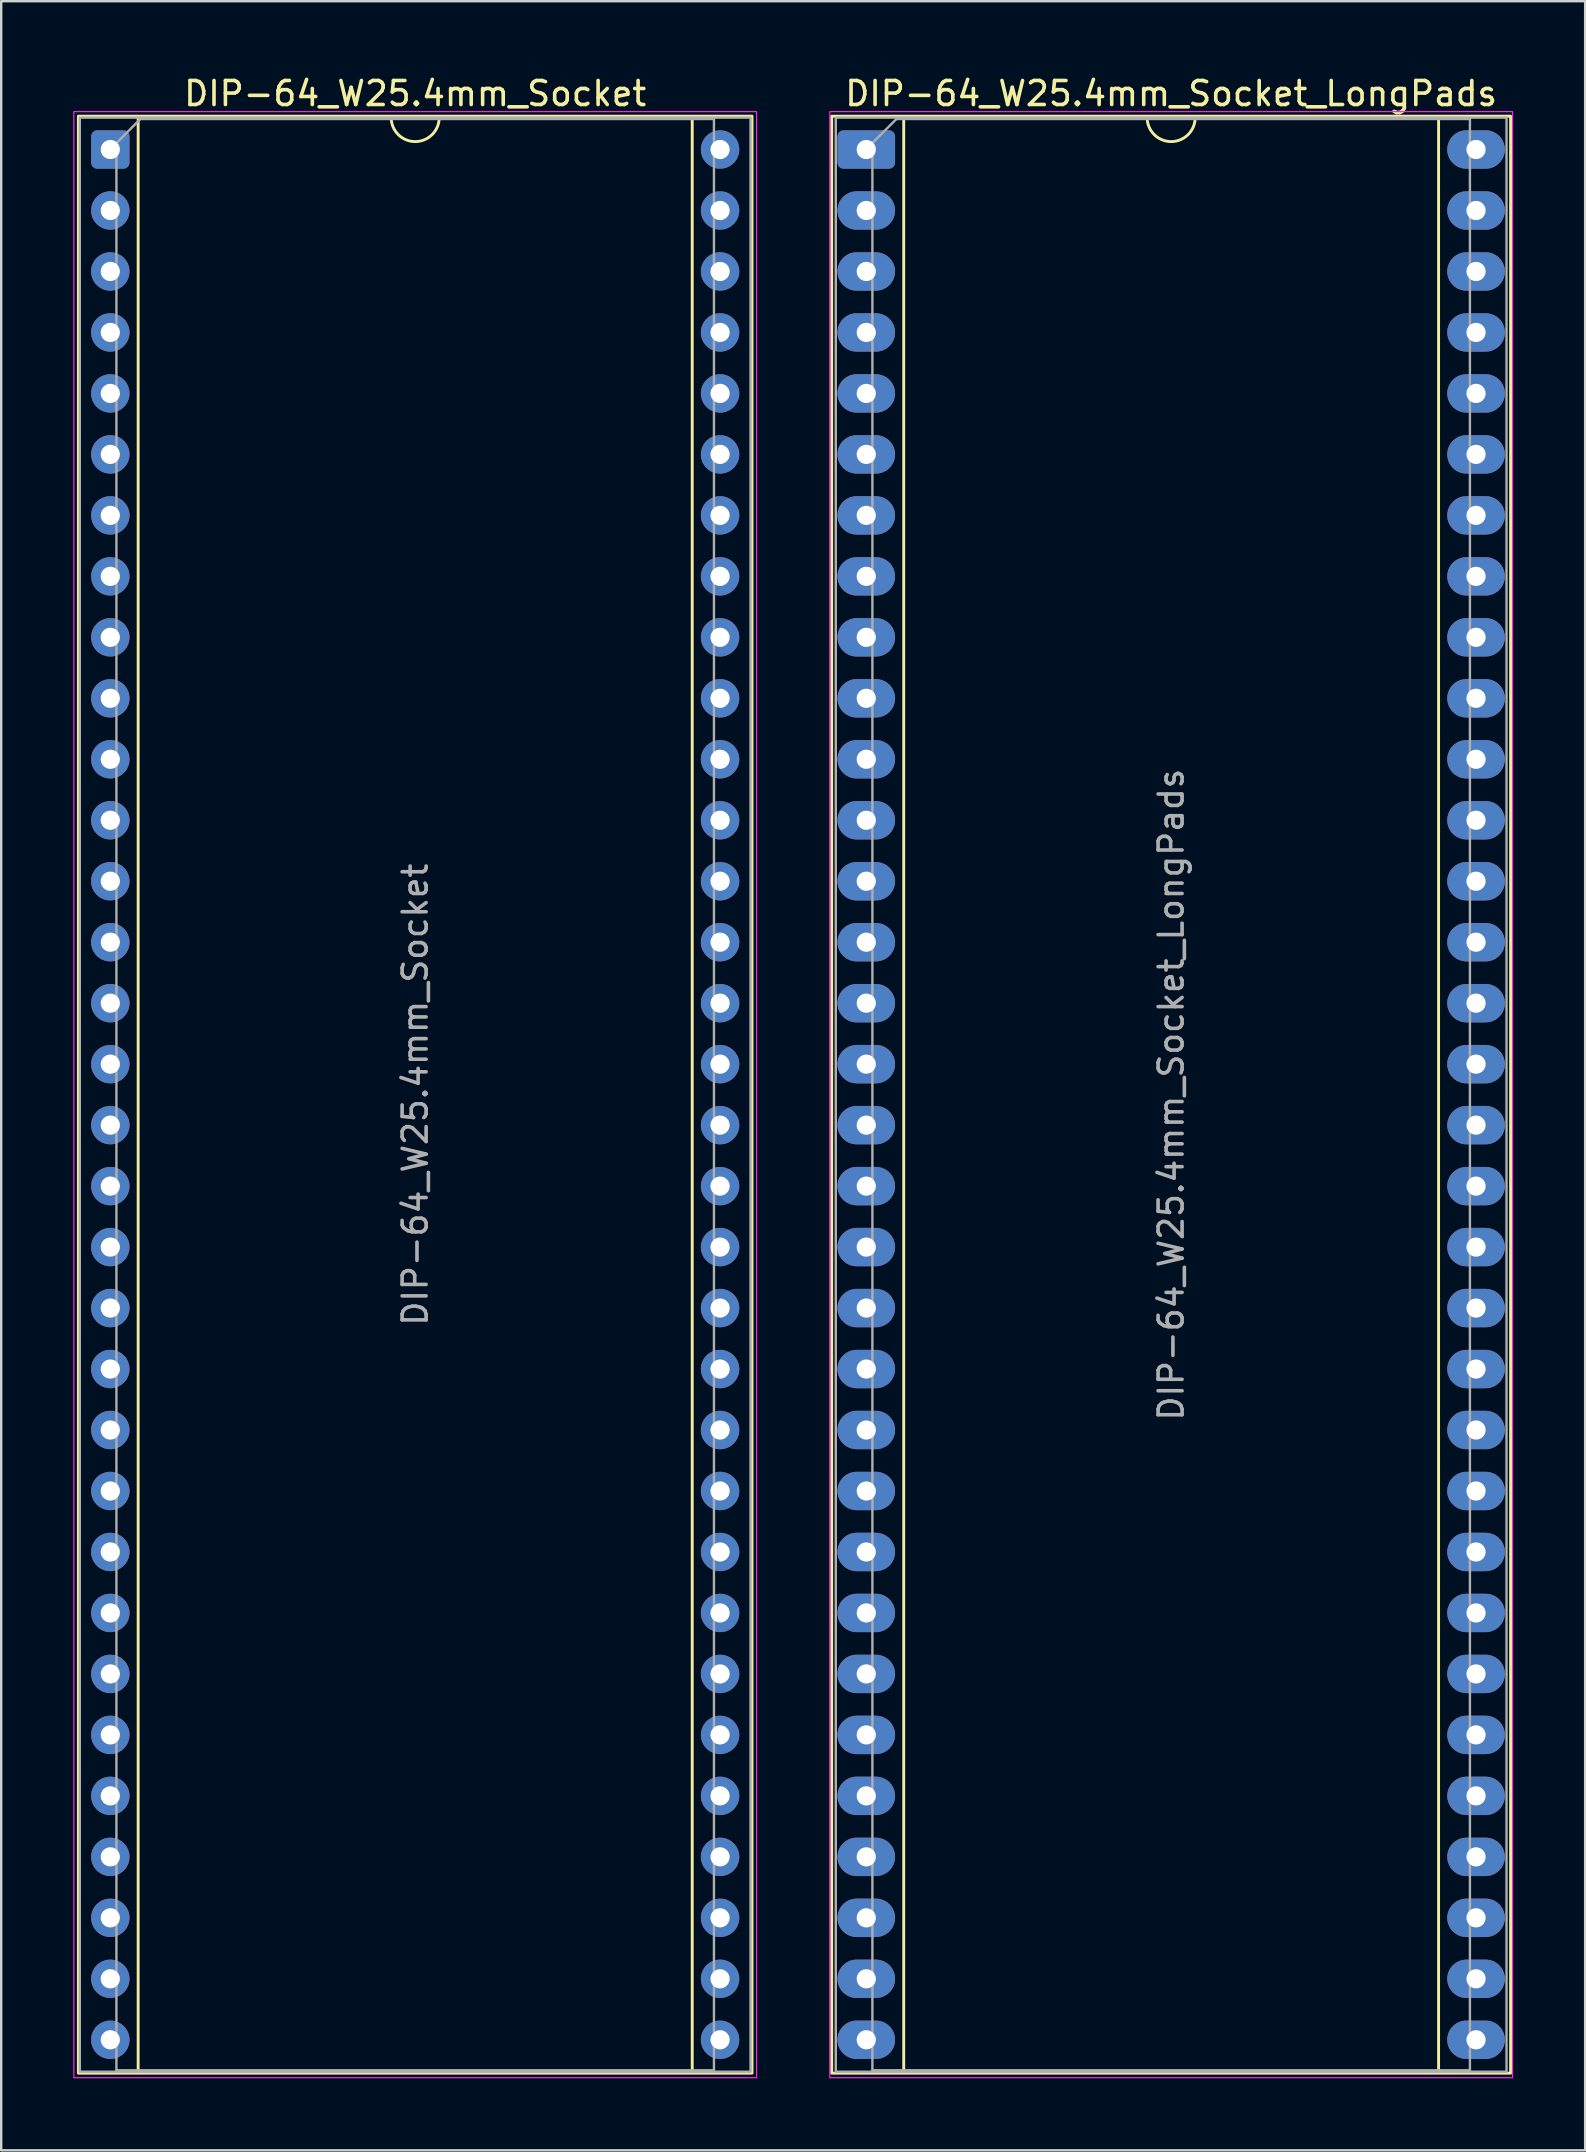
<source format=kicad_pcb>
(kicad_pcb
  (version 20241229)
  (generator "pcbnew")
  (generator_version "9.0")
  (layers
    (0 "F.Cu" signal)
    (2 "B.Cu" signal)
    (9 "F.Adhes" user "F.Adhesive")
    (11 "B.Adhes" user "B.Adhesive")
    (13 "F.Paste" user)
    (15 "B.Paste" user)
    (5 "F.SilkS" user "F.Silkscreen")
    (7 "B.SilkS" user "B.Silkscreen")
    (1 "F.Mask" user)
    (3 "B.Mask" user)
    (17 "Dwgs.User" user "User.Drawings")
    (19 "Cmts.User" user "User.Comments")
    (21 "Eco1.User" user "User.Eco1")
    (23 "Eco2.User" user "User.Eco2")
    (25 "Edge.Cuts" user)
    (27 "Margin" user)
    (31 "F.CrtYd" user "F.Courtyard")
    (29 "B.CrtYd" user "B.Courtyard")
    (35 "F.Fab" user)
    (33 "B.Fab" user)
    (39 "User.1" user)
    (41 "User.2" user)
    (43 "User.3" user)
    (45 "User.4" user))
  (footprint "DIP-64_W25.4mm_Socket_LongPads"
    (layer "F.Cu")
    (at 33.035 3.178)
    (property "Reference" "DIP-64_W25.4mm_Socket_LongPads" (at 12.7 -2.33 0) (layer "F.SilkS") (effects (font (size 1 1) (thickness 0.15))))
    (attr through_hole)
    (fp_line (start 1.56 -1.33) (end 1.56 80.07) (stroke (width 0.12) (type solid)) (layer "F.SilkS"))
    (fp_line (start 1.56 80.07) (end 23.84 80.07) (stroke (width 0.12) (type solid)) (layer "F.SilkS"))
    (fp_line (start 11.7 -1.33) (end 1.56 -1.33) (stroke (width 0.12) (type solid)) (layer "F.SilkS"))
    (fp_line (start 23.84 -1.33) (end 13.7 -1.33) (stroke (width 0.12) (type solid)) (layer "F.SilkS"))
    (fp_line (start 23.84 80.07) (end 23.84 -1.33) (stroke (width 0.12) (type solid)) (layer "F.SilkS"))
    (fp_rect (start -1.44 -1.39) (end 26.84 80.13) (stroke (width 0.12) (type solid)) (fill no) (layer "F.SilkS"))
    (fp_arc (start 13.7 -1.33) (mid 12.7 -0.33) (end 11.7 -1.33) (stroke (width 0.12) (type solid)) (layer "F.SilkS"))
    (fp_rect (start -1.52 -1.58) (end 26.92 80.32) (stroke (width 0.05) (type solid)) (fill no) (layer "F.CrtYd"))
    (fp_line (start 0.255 -0.27) (end 1.255 -1.27) (stroke (width 0.1) (type solid)) (layer "F.Fab"))
    (fp_line (start 0.255 80.01) (end 0.255 -0.27) (stroke (width 0.1) (type solid)) (layer "F.Fab"))
    (fp_line (start 1.255 -1.27) (end 25.145 -1.27) (stroke (width 0.1) (type solid)) (layer "F.Fab"))
    (fp_line (start 25.145 -1.27) (end 25.145 80.01) (stroke (width 0.1) (type solid)) (layer "F.Fab"))
    (fp_line (start 25.145 80.01) (end 0.255 80.01) (stroke (width 0.1) (type solid)) (layer "F.Fab"))
    (fp_rect (start -1.27 -1.33) (end 26.67 80.07) (stroke (width 0.1) (type solid)) (fill no) (layer "F.Fab"))
    (fp_text user "${REFERENCE}" (at 12.7 39.37 90) (layer "F.Fab") (effects (font (size 1 1) (thickness 0.15))))
    (pad "1" thru_hole roundrect (at 0 0) (size 2.4 1.6) (drill 0.8) (layers "*.Cu" "*.Mask") (roundrect_rratio 0.156))
    (pad "2" thru_hole oval (at 0 2.54) (size 2.4 1.6) (drill 0.8) (layers "*.Cu" "*.Mask"))
    (pad "3" thru_hole oval (at 0 5.08) (size 2.4 1.6) (drill 0.8) (layers "*.Cu" "*.Mask"))
    (pad "4" thru_hole oval (at 0 7.62) (size 2.4 1.6) (drill 0.8) (layers "*.Cu" "*.Mask"))
    (pad "5" thru_hole oval (at 0 10.16) (size 2.4 1.6) (drill 0.8) (layers "*.Cu" "*.Mask"))
    (pad "6" thru_hole oval (at 0 12.7) (size 2.4 1.6) (drill 0.8) (layers "*.Cu" "*.Mask"))
    (pad "7" thru_hole oval (at 0 15.24) (size 2.4 1.6) (drill 0.8) (layers "*.Cu" "*.Mask"))
    (pad "8" thru_hole oval (at 0 17.78) (size 2.4 1.6) (drill 0.8) (layers "*.Cu" "*.Mask"))
    (pad "9" thru_hole oval (at 0 20.32) (size 2.4 1.6) (drill 0.8) (layers "*.Cu" "*.Mask"))
    (pad "10" thru_hole oval (at 0 22.86) (size 2.4 1.6) (drill 0.8) (layers "*.Cu" "*.Mask"))
    (pad "11" thru_hole oval (at 0 25.4) (size 2.4 1.6) (drill 0.8) (layers "*.Cu" "*.Mask"))
    (pad "12" thru_hole oval (at 0 27.94) (size 2.4 1.6) (drill 0.8) (layers "*.Cu" "*.Mask"))
    (pad "13" thru_hole oval (at 0 30.48) (size 2.4 1.6) (drill 0.8) (layers "*.Cu" "*.Mask"))
    (pad "14" thru_hole oval (at 0 33.02) (size 2.4 1.6) (drill 0.8) (layers "*.Cu" "*.Mask"))
    (pad "15" thru_hole oval (at 0 35.56) (size 2.4 1.6) (drill 0.8) (layers "*.Cu" "*.Mask"))
    (pad "16" thru_hole oval (at 0 38.1) (size 2.4 1.6) (drill 0.8) (layers "*.Cu" "*.Mask"))
    (pad "17" thru_hole oval (at 0 40.64) (size 2.4 1.6) (drill 0.8) (layers "*.Cu" "*.Mask"))
    (pad "18" thru_hole oval (at 0 43.18) (size 2.4 1.6) (drill 0.8) (layers "*.Cu" "*.Mask"))
    (pad "19" thru_hole oval (at 0 45.72) (size 2.4 1.6) (drill 0.8) (layers "*.Cu" "*.Mask"))
    (pad "20" thru_hole oval (at 0 48.26) (size 2.4 1.6) (drill 0.8) (layers "*.Cu" "*.Mask"))
    (pad "21" thru_hole oval (at 0 50.8) (size 2.4 1.6) (drill 0.8) (layers "*.Cu" "*.Mask"))
    (pad "22" thru_hole oval (at 0 53.34) (size 2.4 1.6) (drill 0.8) (layers "*.Cu" "*.Mask"))
    (pad "23" thru_hole oval (at 0 55.88) (size 2.4 1.6) (drill 0.8) (layers "*.Cu" "*.Mask"))
    (pad "24" thru_hole oval (at 0 58.42) (size 2.4 1.6) (drill 0.8) (layers "*.Cu" "*.Mask"))
    (pad "25" thru_hole oval (at 0 60.96) (size 2.4 1.6) (drill 0.8) (layers "*.Cu" "*.Mask"))
    (pad "26" thru_hole oval (at 0 63.5) (size 2.4 1.6) (drill 0.8) (layers "*.Cu" "*.Mask"))
    (pad "27" thru_hole oval (at 0 66.04) (size 2.4 1.6) (drill 0.8) (layers "*.Cu" "*.Mask"))
    (pad "28" thru_hole oval (at 0 68.58) (size 2.4 1.6) (drill 0.8) (layers "*.Cu" "*.Mask"))
    (pad "29" thru_hole oval (at 0 71.12) (size 2.4 1.6) (drill 0.8) (layers "*.Cu" "*.Mask"))
    (pad "30" thru_hole oval (at 0 73.66) (size 2.4 1.6) (drill 0.8) (layers "*.Cu" "*.Mask"))
    (pad "31" thru_hole oval (at 0 76.2) (size 2.4 1.6) (drill 0.8) (layers "*.Cu" "*.Mask"))
    (pad "32" thru_hole oval (at 0 78.74) (size 2.4 1.6) (drill 0.8) (layers "*.Cu" "*.Mask"))
    (pad "33" thru_hole oval (at 25.4 78.74) (size 2.4 1.6) (drill 0.8) (layers "*.Cu" "*.Mask"))
    (pad "34" thru_hole oval (at 25.4 76.2) (size 2.4 1.6) (drill 0.8) (layers "*.Cu" "*.Mask"))
    (pad "35" thru_hole oval (at 25.4 73.66) (size 2.4 1.6) (drill 0.8) (layers "*.Cu" "*.Mask"))
    (pad "36" thru_hole oval (at 25.4 71.12) (size 2.4 1.6) (drill 0.8) (layers "*.Cu" "*.Mask"))
    (pad "37" thru_hole oval (at 25.4 68.58) (size 2.4 1.6) (drill 0.8) (layers "*.Cu" "*.Mask"))
    (pad "38" thru_hole oval (at 25.4 66.04) (size 2.4 1.6) (drill 0.8) (layers "*.Cu" "*.Mask"))
    (pad "39" thru_hole oval (at 25.4 63.5) (size 2.4 1.6) (drill 0.8) (layers "*.Cu" "*.Mask"))
    (pad "40" thru_hole oval (at 25.4 60.96) (size 2.4 1.6) (drill 0.8) (layers "*.Cu" "*.Mask"))
    (pad "41" thru_hole oval (at 25.4 58.42) (size 2.4 1.6) (drill 0.8) (layers "*.Cu" "*.Mask"))
    (pad "42" thru_hole oval (at 25.4 55.88) (size 2.4 1.6) (drill 0.8) (layers "*.Cu" "*.Mask"))
    (pad "43" thru_hole oval (at 25.4 53.34) (size 2.4 1.6) (drill 0.8) (layers "*.Cu" "*.Mask"))
    (pad "44" thru_hole oval (at 25.4 50.8) (size 2.4 1.6) (drill 0.8) (layers "*.Cu" "*.Mask"))
    (pad "45" thru_hole oval (at 25.4 48.26) (size 2.4 1.6) (drill 0.8) (layers "*.Cu" "*.Mask"))
    (pad "46" thru_hole oval (at 25.4 45.72) (size 2.4 1.6) (drill 0.8) (layers "*.Cu" "*.Mask"))
    (pad "47" thru_hole oval (at 25.4 43.18) (size 2.4 1.6) (drill 0.8) (layers "*.Cu" "*.Mask"))
    (pad "48" thru_hole oval (at 25.4 40.64) (size 2.4 1.6) (drill 0.8) (layers "*.Cu" "*.Mask"))
    (pad "49" thru_hole oval (at 25.4 38.1) (size 2.4 1.6) (drill 0.8) (layers "*.Cu" "*.Mask"))
    (pad "50" thru_hole oval (at 25.4 35.56) (size 2.4 1.6) (drill 0.8) (layers "*.Cu" "*.Mask"))
    (pad "51" thru_hole oval (at 25.4 33.02) (size 2.4 1.6) (drill 0.8) (layers "*.Cu" "*.Mask"))
    (pad "52" thru_hole oval (at 25.4 30.48) (size 2.4 1.6) (drill 0.8) (layers "*.Cu" "*.Mask"))
    (pad "53" thru_hole oval (at 25.4 27.94) (size 2.4 1.6) (drill 0.8) (layers "*.Cu" "*.Mask"))
    (pad "54" thru_hole oval (at 25.4 25.4) (size 2.4 1.6) (drill 0.8) (layers "*.Cu" "*.Mask"))
    (pad "55" thru_hole oval (at 25.4 22.86) (size 2.4 1.6) (drill 0.8) (layers "*.Cu" "*.Mask"))
    (pad "56" thru_hole oval (at 25.4 20.32) (size 2.4 1.6) (drill 0.8) (layers "*.Cu" "*.Mask"))
    (pad "57" thru_hole oval (at 25.4 17.78) (size 2.4 1.6) (drill 0.8) (layers "*.Cu" "*.Mask"))
    (pad "58" thru_hole oval (at 25.4 15.24) (size 2.4 1.6) (drill 0.8) (layers "*.Cu" "*.Mask"))
    (pad "59" thru_hole oval (at 25.4 12.7) (size 2.4 1.6) (drill 0.8) (layers "*.Cu" "*.Mask"))
    (pad "60" thru_hole oval (at 25.4 10.16) (size 2.4 1.6) (drill 0.8) (layers "*.Cu" "*.Mask"))
    (pad "61" thru_hole oval (at 25.4 7.62) (size 2.4 1.6) (drill 0.8) (layers "*.Cu" "*.Mask"))
    (pad "62" thru_hole oval (at 25.4 5.08) (size 2.4 1.6) (drill 0.8) (layers "*.Cu" "*.Mask"))
    (pad "63" thru_hole oval (at 25.4 2.54) (size 2.4 1.6) (drill 0.8) (layers "*.Cu" "*.Mask"))
    (pad "64" thru_hole oval (at 25.4 0) (size 2.4 1.6) (drill 0.8) (layers "*.Cu" "*.Mask")))
  (footprint "DIP-64_W25.4mm_Socket"
    (layer "F.Cu")
    (at 1.545 3.178)
    (property "Reference" "DIP-64_W25.4mm_Socket" (at 12.7 -2.33 0) (layer "F.SilkS") (effects (font (size 1 1) (thickness 0.15))))
    (attr through_hole)
    (fp_line (start 1.16 -1.33) (end 1.16 80.07) (stroke (width 0.12) (type solid)) (layer "F.SilkS"))
    (fp_line (start 1.16 80.07) (end 24.24 80.07) (stroke (width 0.12) (type solid)) (layer "F.SilkS"))
    (fp_line (start 11.7 -1.33) (end 1.16 -1.33) (stroke (width 0.12) (type solid)) (layer "F.SilkS"))
    (fp_line (start 24.24 -1.33) (end 13.7 -1.33) (stroke (width 0.12) (type solid)) (layer "F.SilkS"))
    (fp_line (start 24.24 80.07) (end 24.24 -1.33) (stroke (width 0.12) (type solid)) (layer "F.SilkS"))
    (fp_rect (start -1.33 -1.39) (end 26.73 80.13) (stroke (width 0.12) (type solid)) (fill no) (layer "F.SilkS"))
    (fp_arc (start 13.7 -1.33) (mid 12.7 -0.33) (end 11.7 -1.33) (stroke (width 0.12) (type solid)) (layer "F.SilkS"))
    (fp_rect (start -1.52 -1.58) (end 26.92 80.32) (stroke (width 0.05) (type solid)) (fill no) (layer "F.CrtYd"))
    (fp_line (start 0.255 -0.27) (end 1.255 -1.27) (stroke (width 0.1) (type solid)) (layer "F.Fab"))
    (fp_line (start 0.255 80.01) (end 0.255 -0.27) (stroke (width 0.1) (type solid)) (layer "F.Fab"))
    (fp_line (start 1.255 -1.27) (end 25.145 -1.27) (stroke (width 0.1) (type solid)) (layer "F.Fab"))
    (fp_line (start 25.145 -1.27) (end 25.145 80.01) (stroke (width 0.1) (type solid)) (layer "F.Fab"))
    (fp_line (start 25.145 80.01) (end 0.255 80.01) (stroke (width 0.1) (type solid)) (layer "F.Fab"))
    (fp_rect (start -1.27 -1.33) (end 26.67 80.07) (stroke (width 0.1) (type solid)) (fill no) (layer "F.Fab"))
    (fp_text user "${REFERENCE}" (at 12.7 39.37 90) (layer "F.Fab") (effects (font (size 1 1) (thickness 0.15))))
    (pad "1" thru_hole roundrect (at 0 0) (size 1.6 1.6) (drill 0.8) (layers "*.Cu" "*.Mask") (roundrect_rratio 0.156))
    (pad "2" thru_hole circle (at 0 2.54) (size 1.6 1.6) (drill 0.8) (layers "*.Cu" "*.Mask"))
    (pad "3" thru_hole circle (at 0 5.08) (size 1.6 1.6) (drill 0.8) (layers "*.Cu" "*.Mask"))
    (pad "4" thru_hole circle (at 0 7.62) (size 1.6 1.6) (drill 0.8) (layers "*.Cu" "*.Mask"))
    (pad "5" thru_hole circle (at 0 10.16) (size 1.6 1.6) (drill 0.8) (layers "*.Cu" "*.Mask"))
    (pad "6" thru_hole circle (at 0 12.7) (size 1.6 1.6) (drill 0.8) (layers "*.Cu" "*.Mask"))
    (pad "7" thru_hole circle (at 0 15.24) (size 1.6 1.6) (drill 0.8) (layers "*.Cu" "*.Mask"))
    (pad "8" thru_hole circle (at 0 17.78) (size 1.6 1.6) (drill 0.8) (layers "*.Cu" "*.Mask"))
    (pad "9" thru_hole circle (at 0 20.32) (size 1.6 1.6) (drill 0.8) (layers "*.Cu" "*.Mask"))
    (pad "10" thru_hole circle (at 0 22.86) (size 1.6 1.6) (drill 0.8) (layers "*.Cu" "*.Mask"))
    (pad "11" thru_hole circle (at 0 25.4) (size 1.6 1.6) (drill 0.8) (layers "*.Cu" "*.Mask"))
    (pad "12" thru_hole circle (at 0 27.94) (size 1.6 1.6) (drill 0.8) (layers "*.Cu" "*.Mask"))
    (pad "13" thru_hole circle (at 0 30.48) (size 1.6 1.6) (drill 0.8) (layers "*.Cu" "*.Mask"))
    (pad "14" thru_hole circle (at 0 33.02) (size 1.6 1.6) (drill 0.8) (layers "*.Cu" "*.Mask"))
    (pad "15" thru_hole circle (at 0 35.56) (size 1.6 1.6) (drill 0.8) (layers "*.Cu" "*.Mask"))
    (pad "16" thru_hole circle (at 0 38.1) (size 1.6 1.6) (drill 0.8) (layers "*.Cu" "*.Mask"))
    (pad "17" thru_hole circle (at 0 40.64) (size 1.6 1.6) (drill 0.8) (layers "*.Cu" "*.Mask"))
    (pad "18" thru_hole circle (at 0 43.18) (size 1.6 1.6) (drill 0.8) (layers "*.Cu" "*.Mask"))
    (pad "19" thru_hole circle (at 0 45.72) (size 1.6 1.6) (drill 0.8) (layers "*.Cu" "*.Mask"))
    (pad "20" thru_hole circle (at 0 48.26) (size 1.6 1.6) (drill 0.8) (layers "*.Cu" "*.Mask"))
    (pad "21" thru_hole circle (at 0 50.8) (size 1.6 1.6) (drill 0.8) (layers "*.Cu" "*.Mask"))
    (pad "22" thru_hole circle (at 0 53.34) (size 1.6 1.6) (drill 0.8) (layers "*.Cu" "*.Mask"))
    (pad "23" thru_hole circle (at 0 55.88) (size 1.6 1.6) (drill 0.8) (layers "*.Cu" "*.Mask"))
    (pad "24" thru_hole circle (at 0 58.42) (size 1.6 1.6) (drill 0.8) (layers "*.Cu" "*.Mask"))
    (pad "25" thru_hole circle (at 0 60.96) (size 1.6 1.6) (drill 0.8) (layers "*.Cu" "*.Mask"))
    (pad "26" thru_hole circle (at 0 63.5) (size 1.6 1.6) (drill 0.8) (layers "*.Cu" "*.Mask"))
    (pad "27" thru_hole circle (at 0 66.04) (size 1.6 1.6) (drill 0.8) (layers "*.Cu" "*.Mask"))
    (pad "28" thru_hole circle (at 0 68.58) (size 1.6 1.6) (drill 0.8) (layers "*.Cu" "*.Mask"))
    (pad "29" thru_hole circle (at 0 71.12) (size 1.6 1.6) (drill 0.8) (layers "*.Cu" "*.Mask"))
    (pad "30" thru_hole circle (at 0 73.66) (size 1.6 1.6) (drill 0.8) (layers "*.Cu" "*.Mask"))
    (pad "31" thru_hole circle (at 0 76.2) (size 1.6 1.6) (drill 0.8) (layers "*.Cu" "*.Mask"))
    (pad "32" thru_hole circle (at 0 78.74) (size 1.6 1.6) (drill 0.8) (layers "*.Cu" "*.Mask"))
    (pad "33" thru_hole circle (at 25.4 78.74) (size 1.6 1.6) (drill 0.8) (layers "*.Cu" "*.Mask"))
    (pad "34" thru_hole circle (at 25.4 76.2) (size 1.6 1.6) (drill 0.8) (layers "*.Cu" "*.Mask"))
    (pad "35" thru_hole circle (at 25.4 73.66) (size 1.6 1.6) (drill 0.8) (layers "*.Cu" "*.Mask"))
    (pad "36" thru_hole circle (at 25.4 71.12) (size 1.6 1.6) (drill 0.8) (layers "*.Cu" "*.Mask"))
    (pad "37" thru_hole circle (at 25.4 68.58) (size 1.6 1.6) (drill 0.8) (layers "*.Cu" "*.Mask"))
    (pad "38" thru_hole circle (at 25.4 66.04) (size 1.6 1.6) (drill 0.8) (layers "*.Cu" "*.Mask"))
    (pad "39" thru_hole circle (at 25.4 63.5) (size 1.6 1.6) (drill 0.8) (layers "*.Cu" "*.Mask"))
    (pad "40" thru_hole circle (at 25.4 60.96) (size 1.6 1.6) (drill 0.8) (layers "*.Cu" "*.Mask"))
    (pad "41" thru_hole circle (at 25.4 58.42) (size 1.6 1.6) (drill 0.8) (layers "*.Cu" "*.Mask"))
    (pad "42" thru_hole circle (at 25.4 55.88) (size 1.6 1.6) (drill 0.8) (layers "*.Cu" "*.Mask"))
    (pad "43" thru_hole circle (at 25.4 53.34) (size 1.6 1.6) (drill 0.8) (layers "*.Cu" "*.Mask"))
    (pad "44" thru_hole circle (at 25.4 50.8) (size 1.6 1.6) (drill 0.8) (layers "*.Cu" "*.Mask"))
    (pad "45" thru_hole circle (at 25.4 48.26) (size 1.6 1.6) (drill 0.8) (layers "*.Cu" "*.Mask"))
    (pad "46" thru_hole circle (at 25.4 45.72) (size 1.6 1.6) (drill 0.8) (layers "*.Cu" "*.Mask"))
    (pad "47" thru_hole circle (at 25.4 43.18) (size 1.6 1.6) (drill 0.8) (layers "*.Cu" "*.Mask"))
    (pad "48" thru_hole circle (at 25.4 40.64) (size 1.6 1.6) (drill 0.8) (layers "*.Cu" "*.Mask"))
    (pad "49" thru_hole circle (at 25.4 38.1) (size 1.6 1.6) (drill 0.8) (layers "*.Cu" "*.Mask"))
    (pad "50" thru_hole circle (at 25.4 35.56) (size 1.6 1.6) (drill 0.8) (layers "*.Cu" "*.Mask"))
    (pad "51" thru_hole circle (at 25.4 33.02) (size 1.6 1.6) (drill 0.8) (layers "*.Cu" "*.Mask"))
    (pad "52" thru_hole circle (at 25.4 30.48) (size 1.6 1.6) (drill 0.8) (layers "*.Cu" "*.Mask"))
    (pad "53" thru_hole circle (at 25.4 27.94) (size 1.6 1.6) (drill 0.8) (layers "*.Cu" "*.Mask"))
    (pad "54" thru_hole circle (at 25.4 25.4) (size 1.6 1.6) (drill 0.8) (layers "*.Cu" "*.Mask"))
    (pad "55" thru_hole circle (at 25.4 22.86) (size 1.6 1.6) (drill 0.8) (layers "*.Cu" "*.Mask"))
    (pad "56" thru_hole circle (at 25.4 20.32) (size 1.6 1.6) (drill 0.8) (layers "*.Cu" "*.Mask"))
    (pad "57" thru_hole circle (at 25.4 17.78) (size 1.6 1.6) (drill 0.8) (layers "*.Cu" "*.Mask"))
    (pad "58" thru_hole circle (at 25.4 15.24) (size 1.6 1.6) (drill 0.8) (layers "*.Cu" "*.Mask"))
    (pad "59" thru_hole circle (at 25.4 12.7) (size 1.6 1.6) (drill 0.8) (layers "*.Cu" "*.Mask"))
    (pad "60" thru_hole circle (at 25.4 10.16) (size 1.6 1.6) (drill 0.8) (layers "*.Cu" "*.Mask"))
    (pad "61" thru_hole circle (at 25.4 7.62) (size 1.6 1.6) (drill 0.8) (layers "*.Cu" "*.Mask"))
    (pad "62" thru_hole circle (at 25.4 5.08) (size 1.6 1.6) (drill 0.8) (layers "*.Cu" "*.Mask"))
    (pad "63" thru_hole circle (at 25.4 2.54) (size 1.6 1.6) (drill 0.8) (layers "*.Cu" "*.Mask"))
    (pad "64" thru_hole circle (at 25.4 0) (size 1.6 1.6) (drill 0.8) (layers "*.Cu" "*.Mask")))
  (gr_rect
    (start -3 -3)
    (end 62.98 86.523)
    (stroke (width 0.1) (type default))
    (fill no)
    (layer "Edge.Cuts")))
</source>
